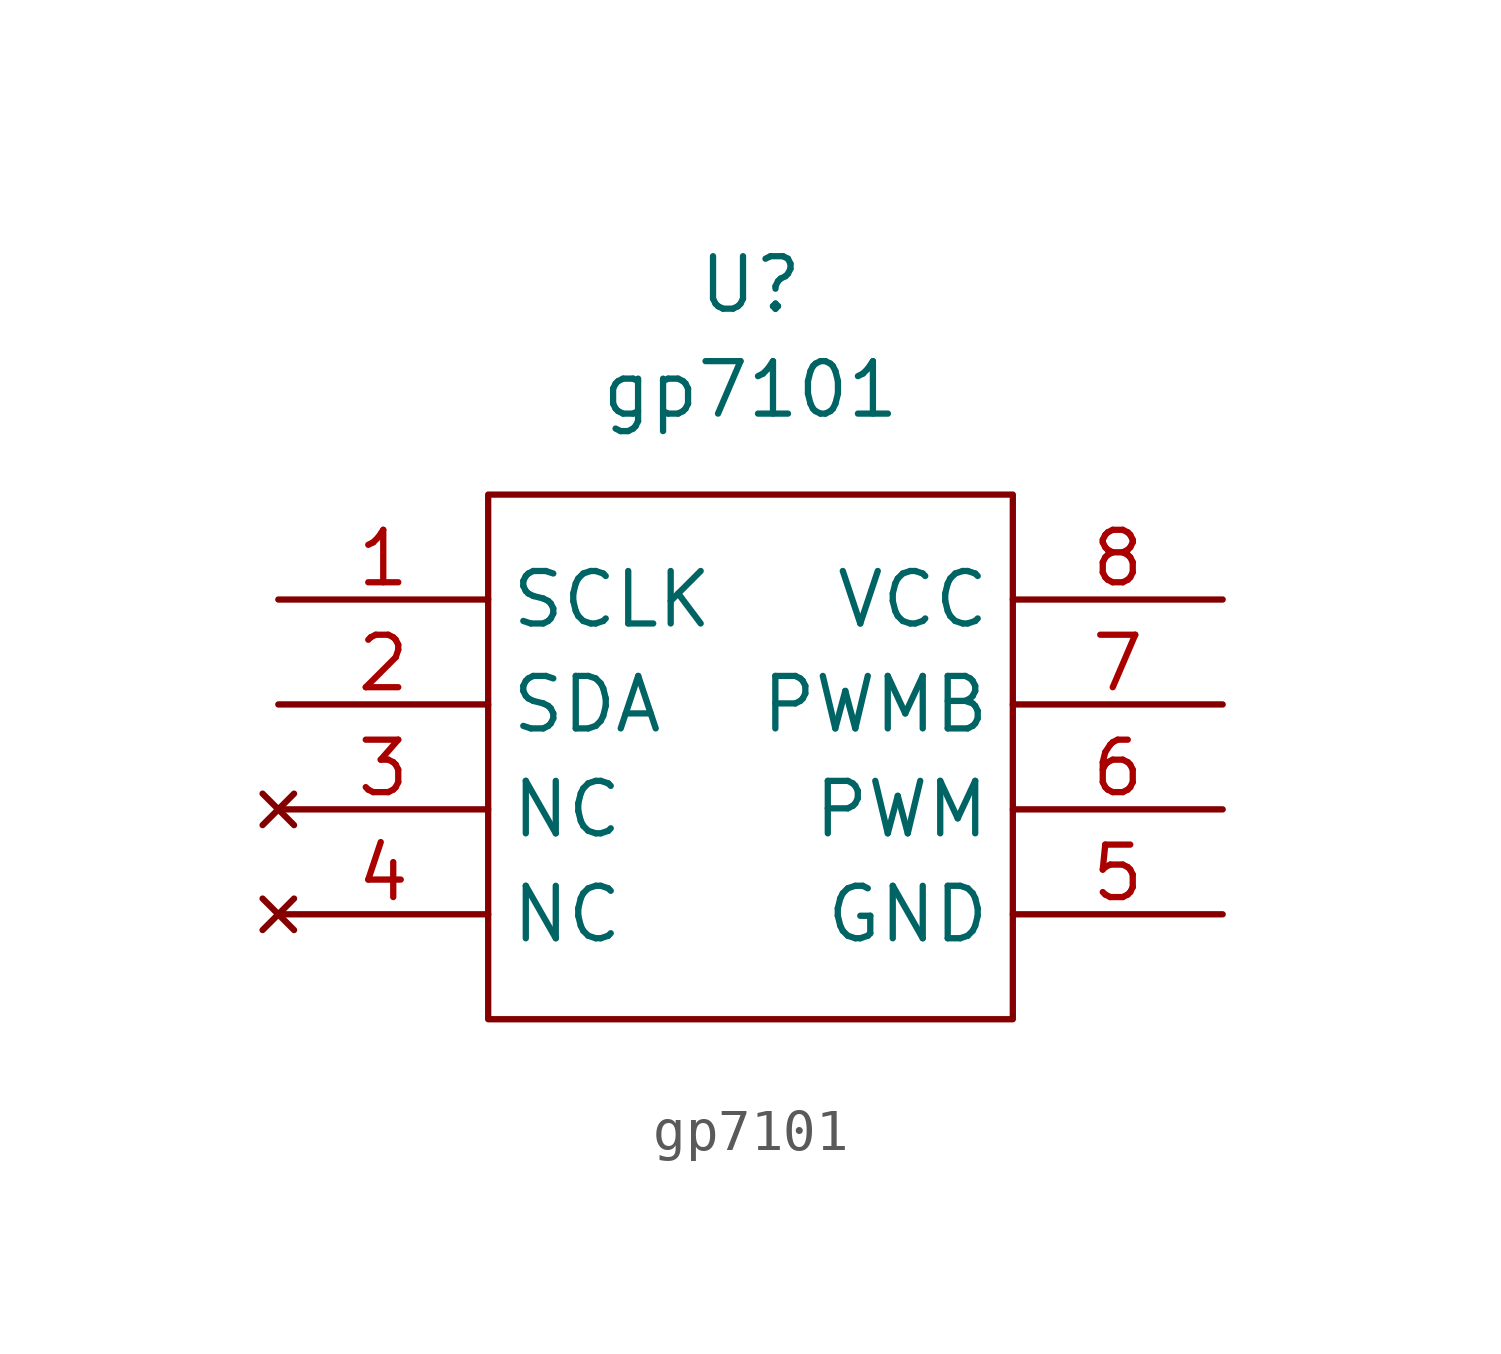
<source format=kicad_sym>
(kicad_symbol_lib
  (version 20211014)
  (generator kicad_symbol_editor)
  (symbol "gp7101"
    (property "Reference" "U"
      (at 0 2.54 0)
      (effects (font (size 1.27 1.27))))
    (property "Value" "gp7101"
      (at 0 0 0)
      (effects (font (size 1.27 1.27))))
    (symbol "gp7101_0_1"
      (rectangle (start -6.35 -2.54) (end 6.35 -15.24) (stroke (width 0) (type default) (color 0 0 0 0)) (fill (type none))))
    (symbol "gp7101_1_1"
      (pin bidirectional line (at -11.43 -5.08 0) (length 5.08) (name "SCLK" (effects (font (size 1.27 1.27)))) (number "1" (effects (font (size 1.27 1.27)))))
      (pin bidirectional line (at -11.43 -7.62 0) (length 5.08) (name "SDA" (effects (font (size 1.27 1.27)))) (number "2" (effects (font (size 1.27 1.27)))))
      (pin no_connect line (at -11.43 -10.16 0) (length 5.08) (name "NC" (effects (font (size 1.27 1.27)))) (number "3" (effects (font (size 1.27 1.27)))))
      (pin no_connect line (at -11.43 -12.7 0) (length 5.08) (name "NC" (effects (font (size 1.27 1.27)))) (number "4" (effects (font (size 1.27 1.27)))))
      (pin bidirectional line (at 11.43 -12.7 180) (length 5.08) (name "GND" (effects (font (size 1.27 1.27)))) (number "5" (effects (font (size 1.27 1.27)))))
      (pin bidirectional line (at 11.43 -10.16 180) (length 5.08) (name "PWM" (effects (font (size 1.27 1.27)))) (number "6" (effects (font (size 1.27 1.27)))))
      (pin bidirectional line (at 11.43 -7.62 180) (length 5.08) (name "PWMB" (effects (font (size 1.27 1.27)))) (number "7" (effects (font (size 1.27 1.27)))))
      (pin bidirectional line (at 11.43 -5.08 180) (length 5.08) (name "VCC" (effects (font (size 1.27 1.27)))) (number "8" (effects (font (size 1.27 1.27))))))))
</source>
